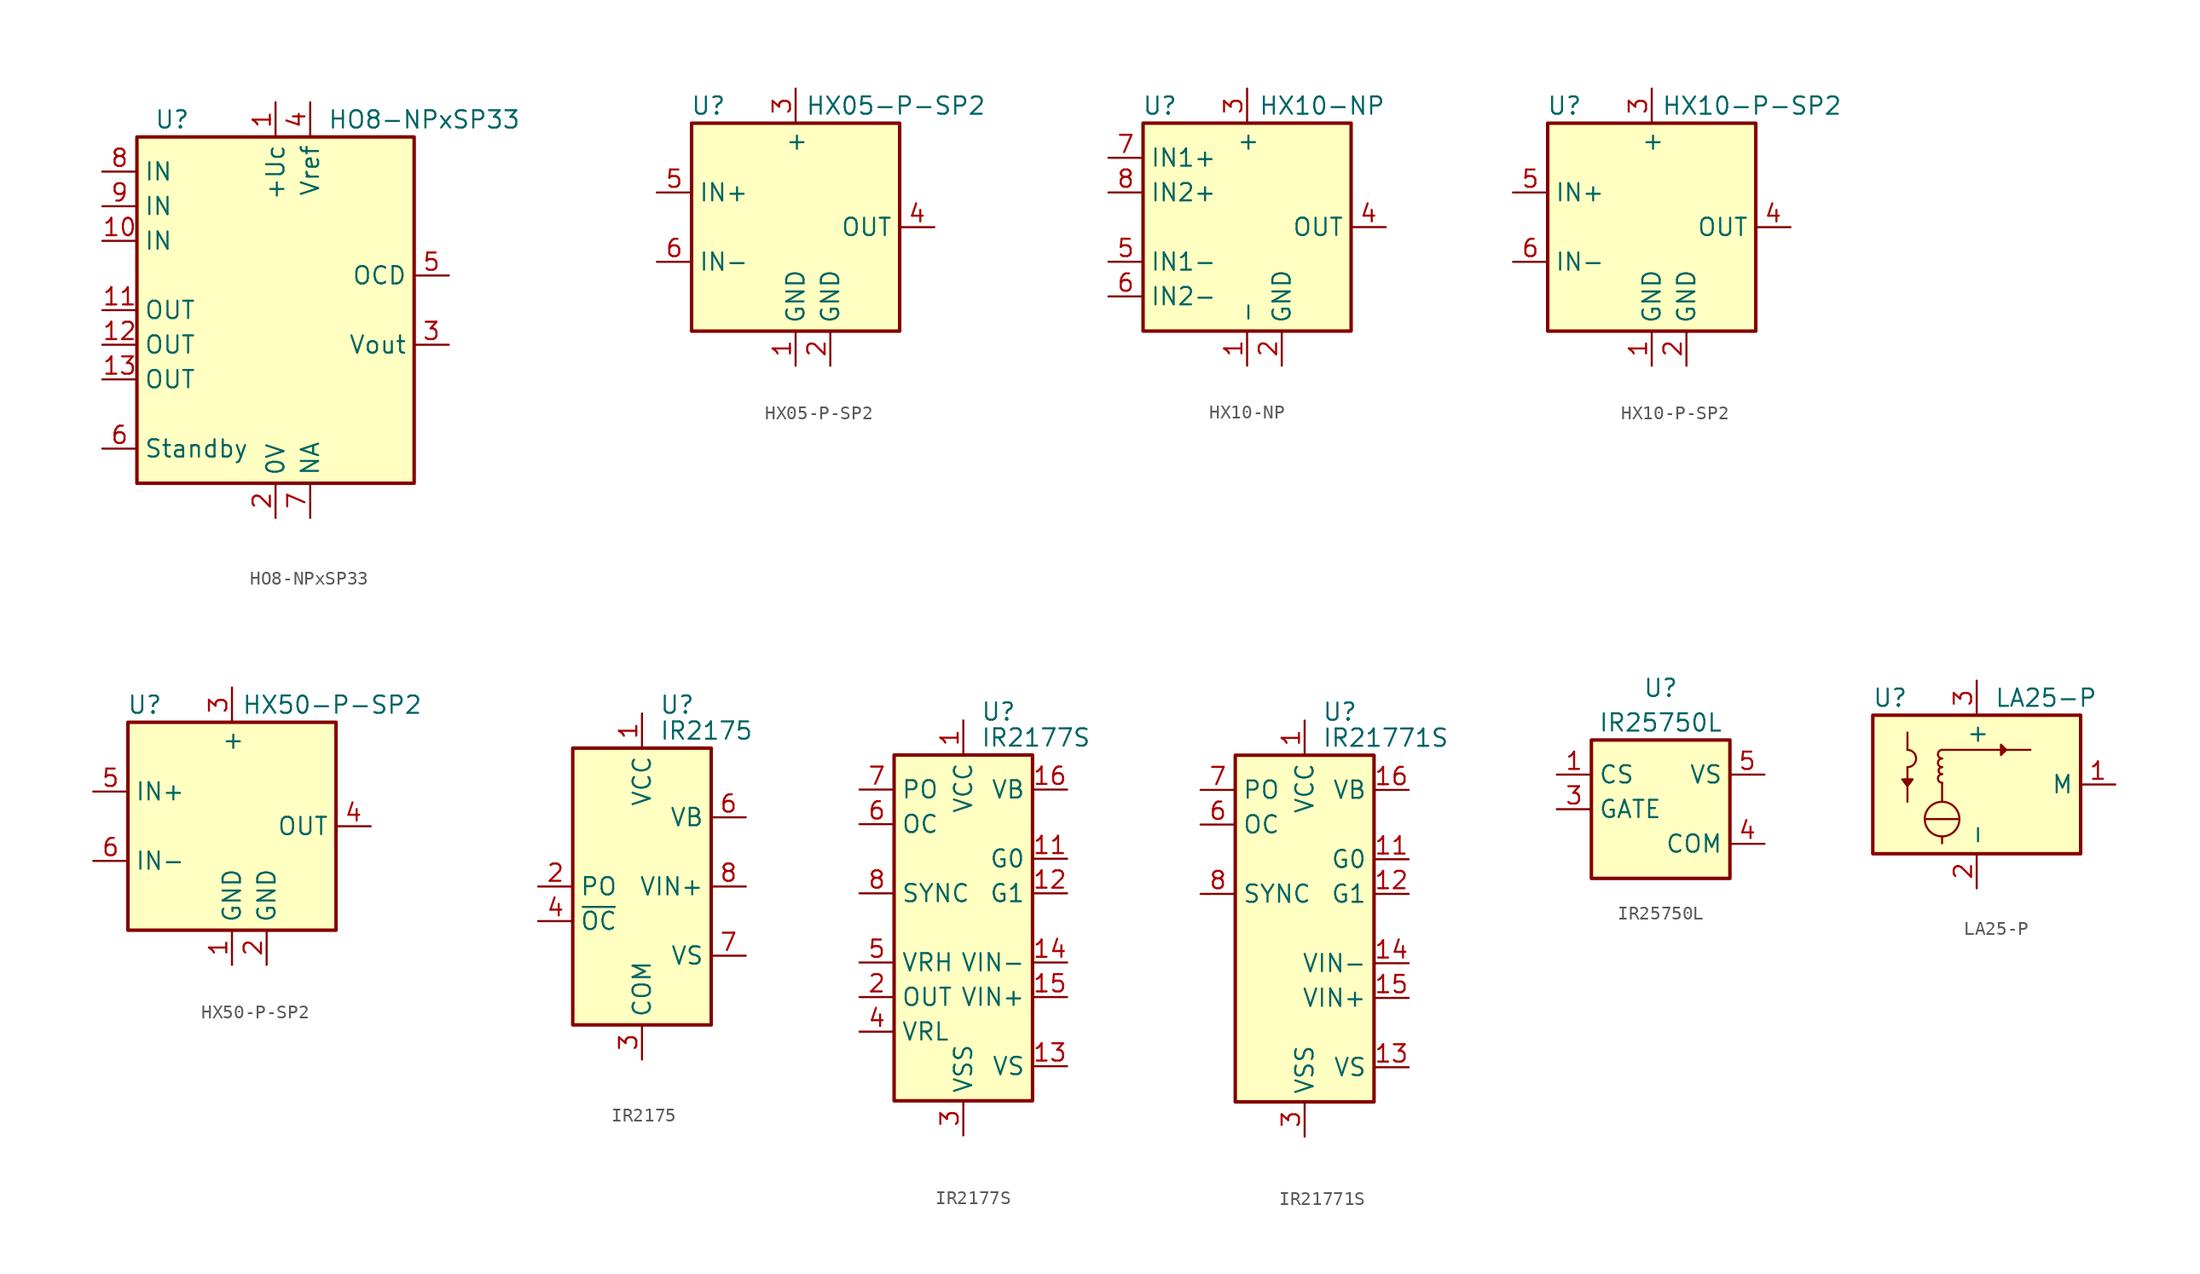
<source format=kicad_sym>
(kicad_symbol_lib
  (version 20220914)
  (generator kicad_symbol_editor)
  (symbol "HO8-NPxSP33"
    (property "Reference" "U"
      (at -8.89 13.97 0)
      (effects (font (size 1.27 1.27)) (justify left)))
    (property "Value" "HO8-NPxSP33"
      (at 3.81 13.97 0)
      (effects (font (size 1.27 1.27)) (justify left)))
    (symbol "HO8-NPxSP33_0_1"
      (rectangle (start -10.16 12.7) (end 10.16 -12.7) (stroke (width 0.254) (type default)) (fill (type background))))
    (symbol "HO8-NPxSP33_1_1"
      (pin power_in line (at 0 15.24 270) (length 2.54) (name "+Uc" (effects (font (size 1.27 1.27)))) (number "1" (effects (font (size 1.27 1.27)))))
      (pin passive line (at -12.7 5.08 0) (length 2.54) (name "IN" (effects (font (size 1.27 1.27)))) (number "10" (effects (font (size 1.27 1.27)))))
      (pin passive line (at -12.7 0 0) (length 2.54) (name "OUT" (effects (font (size 1.27 1.27)))) (number "11" (effects (font (size 1.27 1.27)))))
      (pin passive line (at -12.7 -2.54 0) (length 2.54) (name "OUT" (effects (font (size 1.27 1.27)))) (number "12" (effects (font (size 1.27 1.27)))))
      (pin passive line (at -12.7 -5.08 0) (length 2.54) (name "OUT" (effects (font (size 1.27 1.27)))) (number "13" (effects (font (size 1.27 1.27)))))
      (pin power_in line (at 0 -15.24 90) (length 2.54) (name "0V" (effects (font (size 1.27 1.27)))) (number "2" (effects (font (size 1.27 1.27)))))
      (pin output line (at 12.7 -2.54 180) (length 2.54) (name "Vout" (effects (font (size 1.27 1.27)))) (number "3" (effects (font (size 1.27 1.27)))))
      (pin passive line (at 2.54 15.24 270) (length 2.54) (name "Vref" (effects (font (size 1.27 1.27)))) (number "4" (effects (font (size 1.27 1.27)))))
      (pin open_collector line (at 12.7 2.54 180) (length 2.54) (name "OCD" (effects (font (size 1.27 1.27)))) (number "5" (effects (font (size 1.27 1.27)))))
      (pin input line (at -12.7 -10.16 0) (length 2.54) (name "Standby" (effects (font (size 1.27 1.27)))) (number "6" (effects (font (size 1.27 1.27)))))
      (pin passive line (at 2.54 -15.24 90) (length 2.54) (name "NA" (effects (font (size 1.27 1.27)))) (number "7" (effects (font (size 1.27 1.27)))))
      (pin passive line (at -12.7 10.16 0) (length 2.54) (name "IN" (effects (font (size 1.27 1.27)))) (number "8" (effects (font (size 1.27 1.27)))))
      (pin passive line (at -12.7 7.62 0) (length 2.54) (name "IN" (effects (font (size 1.27 1.27)))) (number "9" (effects (font (size 1.27 1.27)))))))
  (symbol "HX05-P-SP2"
    (property "Reference" "U"
      (at -5.08 8.89 0)
      (effects (font (size 1.27 1.27)) (justify right)))
    (property "Value" "HX05-P-SP2"
      (at 13.97 8.89 0)
      (effects (font (size 1.27 1.27)) (justify right)))
    (symbol "HX05-P-SP2_0_1"
      (rectangle (start -7.62 7.62) (end 7.62 -7.62) (stroke (width 0.254) (type default)) (fill (type background))))
    (symbol "HX05-P-SP2_1_1"
      (pin power_in line (at 0 -10.16 90) (length 2.54) (name "GND" (effects (font (size 1.27 1.27)))) (number "1" (effects (font (size 1.27 1.27)))))
      (pin power_in line (at 2.54 -10.16 90) (length 2.54) (name "GND" (effects (font (size 1.27 1.27)))) (number "2" (effects (font (size 1.27 1.27)))))
      (pin power_in line (at 0 10.16 270) (length 2.54) (name "+" (effects (font (size 1.27 1.27)))) (number "3" (effects (font (size 1.27 1.27)))))
      (pin output line (at 10.16 0 180) (length 2.54) (name "OUT" (effects (font (size 1.27 1.27)))) (number "4" (effects (font (size 1.27 1.27)))))
      (pin passive line (at -10.16 2.54 0) (length 2.54) (name "IN+" (effects (font (size 1.27 1.27)))) (number "5" (effects (font (size 1.27 1.27)))))
      (pin passive line (at -10.16 -2.54 0) (length 2.54) (name "IN-" (effects (font (size 1.27 1.27)))) (number "6" (effects (font (size 1.27 1.27)))))))
  (symbol "HX10-NP"
    (property "Reference" "U"
      (at -5.08 8.89 0)
      (effects (font (size 1.27 1.27)) (justify right)))
    (property "Value" "HX10-NP"
      (at 10.16 8.89 0)
      (effects (font (size 1.27 1.27)) (justify right)))
    (symbol "HX10-NP_0_1"
      (rectangle (start -7.62 7.62) (end 7.62 -7.62) (stroke (width 0.254) (type default)) (fill (type background))))
    (symbol "HX10-NP_1_1"
      (pin power_in line (at 0 -10.16 90) (length 2.54) (name "-" (effects (font (size 1.27 1.27)))) (number "1" (effects (font (size 1.27 1.27)))))
      (pin power_in line (at 2.54 -10.16 90) (length 2.54) (name "GND" (effects (font (size 1.27 1.27)))) (number "2" (effects (font (size 1.27 1.27)))))
      (pin power_in line (at 0 10.16 270) (length 2.54) (name "+" (effects (font (size 1.27 1.27)))) (number "3" (effects (font (size 1.27 1.27)))))
      (pin output line (at 10.16 0 180) (length 2.54) (name "OUT" (effects (font (size 1.27 1.27)))) (number "4" (effects (font (size 1.27 1.27)))))
      (pin passive line (at -10.16 -2.54 0) (length 2.54) (name "IN1-" (effects (font (size 1.27 1.27)))) (number "5" (effects (font (size 1.27 1.27)))))
      (pin passive line (at -10.16 -5.08 0) (length 2.54) (name "IN2-" (effects (font (size 1.27 1.27)))) (number "6" (effects (font (size 1.27 1.27)))))
      (pin passive line (at -10.16 5.08 0) (length 2.54) (name "IN1+" (effects (font (size 1.27 1.27)))) (number "7" (effects (font (size 1.27 1.27)))))
      (pin passive line (at -10.16 2.54 0) (length 2.54) (name "IN2+" (effects (font (size 1.27 1.27)))) (number "8" (effects (font (size 1.27 1.27)))))))
  (symbol "HX10-P-SP2"
    (property "Reference" "U"
      (at -5.08 8.89 0)
      (effects (font (size 1.27 1.27)) (justify right)))
    (property "Value" "HX10-P-SP2"
      (at 13.97 8.89 0)
      (effects (font (size 1.27 1.27)) (justify right)))
    (symbol "HX10-P-SP2_0_1"
      (rectangle (start -7.62 7.62) (end 7.62 -7.62) (stroke (width 0.254) (type default)) (fill (type background))))
    (symbol "HX10-P-SP2_1_1"
      (pin power_in line (at 0 -10.16 90) (length 2.54) (name "GND" (effects (font (size 1.27 1.27)))) (number "1" (effects (font (size 1.27 1.27)))))
      (pin power_in line (at 2.54 -10.16 90) (length 2.54) (name "GND" (effects (font (size 1.27 1.27)))) (number "2" (effects (font (size 1.27 1.27)))))
      (pin power_in line (at 0 10.16 270) (length 2.54) (name "+" (effects (font (size 1.27 1.27)))) (number "3" (effects (font (size 1.27 1.27)))))
      (pin output line (at 10.16 0 180) (length 2.54) (name "OUT" (effects (font (size 1.27 1.27)))) (number "4" (effects (font (size 1.27 1.27)))))
      (pin passive line (at -10.16 2.54 0) (length 2.54) (name "IN+" (effects (font (size 1.27 1.27)))) (number "5" (effects (font (size 1.27 1.27)))))
      (pin passive line (at -10.16 -2.54 0) (length 2.54) (name "IN-" (effects (font (size 1.27 1.27)))) (number "6" (effects (font (size 1.27 1.27)))))))
  (symbol "HX50-P-SP2"
    (property "Reference" "U"
      (at -5.08 8.89 0)
      (effects (font (size 1.27 1.27)) (justify right)))
    (property "Value" "HX50-P-SP2"
      (at 13.97 8.89 0)
      (effects (font (size 1.27 1.27)) (justify right)))
    (symbol "HX50-P-SP2_0_1"
      (rectangle (start -7.62 7.62) (end 7.62 -7.62) (stroke (width 0.254) (type default)) (fill (type background))))
    (symbol "HX50-P-SP2_1_1"
      (pin power_in line (at 0 -10.16 90) (length 2.54) (name "GND" (effects (font (size 1.27 1.27)))) (number "1" (effects (font (size 1.27 1.27)))))
      (pin power_in line (at 2.54 -10.16 90) (length 2.54) (name "GND" (effects (font (size 1.27 1.27)))) (number "2" (effects (font (size 1.27 1.27)))))
      (pin power_in line (at 0 10.16 270) (length 2.54) (name "+" (effects (font (size 1.27 1.27)))) (number "3" (effects (font (size 1.27 1.27)))))
      (pin output line (at 10.16 0 180) (length 2.54) (name "OUT" (effects (font (size 1.27 1.27)))) (number "4" (effects (font (size 1.27 1.27)))))
      (pin passive line (at -10.16 2.54 0) (length 2.54) (name "IN+" (effects (font (size 1.27 1.27)))) (number "5" (effects (font (size 1.27 1.27)))))
      (pin passive line (at -10.16 -2.54 0) (length 2.54) (name "IN-" (effects (font (size 1.27 1.27)))) (number "6" (effects (font (size 1.27 1.27)))))))
  (symbol "IR2175"
    (property "Reference" "U"
      (at 1.27 13.335 0)
      (effects (font (size 1.27 1.27)) (justify left)))
    (property "Value" "IR2175"
      (at 1.27 11.43 0)
      (effects (font (size 1.27 1.27)) (justify left)))
    (symbol "IR2175_0_1"
      (rectangle (start -5.08 -10.16) (end 5.08 10.16) (stroke (width 0.254) (type default)) (fill (type background))))
    (symbol "IR2175_1_1"
      (pin power_in line (at 0 12.7 270) (length 2.54) (name "VCC" (effects (font (size 1.27 1.27)))) (number "1" (effects (font (size 1.27 1.27)))))
      (pin output line (at -7.62 0 0) (length 2.54) (name "PO" (effects (font (size 1.27 1.27)))) (number "2" (effects (font (size 1.27 1.27)))))
      (pin power_in line (at 0 -12.7 90) (length 2.54) (name "COM" (effects (font (size 1.27 1.27)))) (number "3" (effects (font (size 1.27 1.27)))))
      (pin output line (at -7.62 -2.54 0) (length 2.54) (name "~{OC}" (effects (font (size 1.27 1.27)))) (number "4" (effects (font (size 1.27 1.27)))))
      (pin no_connect line (at -5.08 2.54 0) (length 2.54) hide (name "NC" (effects (font (size 1.27 1.27)))) (number "5" (effects (font (size 1.27 1.27)))))
      (pin passive line (at 7.62 5.08 180) (length 2.54) (name "VB" (effects (font (size 1.27 1.27)))) (number "6" (effects (font (size 1.27 1.27)))))
      (pin passive line (at 7.62 -5.08 180) (length 2.54) (name "VS" (effects (font (size 1.27 1.27)))) (number "7" (effects (font (size 1.27 1.27)))))
      (pin passive line (at 7.62 0 180) (length 2.54) (name "VIN+" (effects (font (size 1.27 1.27)))) (number "8" (effects (font (size 1.27 1.27)))))))
  (symbol "IR2177S"
    (property "Reference" "U"
      (at 1.27 15.875 0)
      (effects (font (size 1.27 1.27)) (justify left)))
    (property "Value" "IR2177S"
      (at 1.27 13.97 0)
      (effects (font (size 1.27 1.27)) (justify left)))
    (symbol "IR2177S_0_1"
      (rectangle (start -5.08 -12.7) (end 5.08 12.7) (stroke (width 0.254) (type default)) (fill (type background))))
    (symbol "IR2177S_1_1"
      (pin power_in line (at 0 15.24 270) (length 2.54) (name "VCC" (effects (font (size 1.27 1.27)))) (number "1" (effects (font (size 1.27 1.27)))))
      (pin no_connect line (at -5.08 0 0) (length 2.54) hide (name "NC" (effects (font (size 1.27 1.27)))) (number "10" (effects (font (size 1.27 1.27)))))
      (pin input line (at 7.62 5.08 180) (length 2.54) (name "G0" (effects (font (size 1.27 1.27)))) (number "11" (effects (font (size 1.27 1.27)))))
      (pin input line (at 7.62 2.54 180) (length 2.54) (name "G1" (effects (font (size 1.27 1.27)))) (number "12" (effects (font (size 1.27 1.27)))))
      (pin passive line (at 7.62 -10.16 180) (length 2.54) (name "VS" (effects (font (size 1.27 1.27)))) (number "13" (effects (font (size 1.27 1.27)))))
      (pin passive line (at 7.62 -2.54 180) (length 2.54) (name "VIN-" (effects (font (size 1.27 1.27)))) (number "14" (effects (font (size 1.27 1.27)))))
      (pin passive line (at 7.62 -5.08 180) (length 2.54) (name "VIN+" (effects (font (size 1.27 1.27)))) (number "15" (effects (font (size 1.27 1.27)))))
      (pin passive line (at 7.62 10.16 180) (length 2.54) (name "VB" (effects (font (size 1.27 1.27)))) (number "16" (effects (font (size 1.27 1.27)))))
      (pin output line (at -7.62 -5.08 0) (length 2.54) (name "OUT" (effects (font (size 1.27 1.27)))) (number "2" (effects (font (size 1.27 1.27)))))
      (pin power_in line (at 0 -15.24 90) (length 2.54) (name "VSS" (effects (font (size 1.27 1.27)))) (number "3" (effects (font (size 1.27 1.27)))))
      (pin input line (at -7.62 -7.62 0) (length 2.54) (name "VRL" (effects (font (size 1.27 1.27)))) (number "4" (effects (font (size 1.27 1.27)))))
      (pin input line (at -7.62 -2.54 0) (length 2.54) (name "VRH" (effects (font (size 1.27 1.27)))) (number "5" (effects (font (size 1.27 1.27)))))
      (pin open_collector line (at -7.62 7.62 0) (length 2.54) (name "OC" (effects (font (size 1.27 1.27)))) (number "6" (effects (font (size 1.27 1.27)))))
      (pin open_collector line (at -7.62 10.16 0) (length 2.54) (name "PO" (effects (font (size 1.27 1.27)))) (number "7" (effects (font (size 1.27 1.27)))))
      (pin input line (at -7.62 2.54 0) (length 2.54) (name "SYNC" (effects (font (size 1.27 1.27)))) (number "8" (effects (font (size 1.27 1.27)))))
      (pin no_connect line (at -5.08 5.08 0) (length 2.54) hide (name "NC" (effects (font (size 1.27 1.27)))) (number "9" (effects (font (size 1.27 1.27)))))))
  (symbol "IR21771S"
    (property "Reference" "U"
      (at 1.27 15.875 0)
      (effects (font (size 1.27 1.27)) (justify left)))
    (property "Value" "IR21771S"
      (at 1.27 13.97 0)
      (effects (font (size 1.27 1.27)) (justify left)))
    (symbol "IR21771S_0_1"
      (rectangle (start -5.08 -12.7) (end 5.08 12.7) (stroke (width 0.254) (type default)) (fill (type background))))
    (symbol "IR21771S_1_1"
      (pin power_in line (at 0 15.24 270) (length 2.54) (name "VCC" (effects (font (size 1.27 1.27)))) (number "1" (effects (font (size 1.27 1.27)))))
      (pin no_connect line (at -5.08 0 0) (length 2.54) hide (name "NC" (effects (font (size 1.27 1.27)))) (number "10" (effects (font (size 1.27 1.27)))))
      (pin input line (at 7.62 5.08 180) (length 2.54) (name "G0" (effects (font (size 1.27 1.27)))) (number "11" (effects (font (size 1.27 1.27)))))
      (pin input line (at 7.62 2.54 180) (length 2.54) (name "G1" (effects (font (size 1.27 1.27)))) (number "12" (effects (font (size 1.27 1.27)))))
      (pin passive line (at 7.62 -10.16 180) (length 2.54) (name "VS" (effects (font (size 1.27 1.27)))) (number "13" (effects (font (size 1.27 1.27)))))
      (pin passive line (at 7.62 -2.54 180) (length 2.54) (name "VIN-" (effects (font (size 1.27 1.27)))) (number "14" (effects (font (size 1.27 1.27)))))
      (pin passive line (at 7.62 -5.08 180) (length 2.54) (name "VIN+" (effects (font (size 1.27 1.27)))) (number "15" (effects (font (size 1.27 1.27)))))
      (pin passive line (at 7.62 10.16 180) (length 2.54) (name "VB" (effects (font (size 1.27 1.27)))) (number "16" (effects (font (size 1.27 1.27)))))
      (pin no_connect line (at -5.08 -5.08 0) (length 2.54) hide (name "NC" (effects (font (size 1.27 1.27)))) (number "2" (effects (font (size 1.27 1.27)))))
      (pin power_in line (at 0 -15.24 90) (length 2.54) (name "VSS" (effects (font (size 1.27 1.27)))) (number "3" (effects (font (size 1.27 1.27)))))
      (pin no_connect line (at -5.08 -7.62 0) (length 2.54) hide (name "NC" (effects (font (size 1.27 1.27)))) (number "4" (effects (font (size 1.27 1.27)))))
      (pin no_connect line (at -5.08 -2.54 0) (length 2.54) hide (name "NC" (effects (font (size 1.27 1.27)))) (number "5" (effects (font (size 1.27 1.27)))))
      (pin open_collector line (at -7.62 7.62 0) (length 2.54) (name "OC" (effects (font (size 1.27 1.27)))) (number "6" (effects (font (size 1.27 1.27)))))
      (pin open_collector line (at -7.62 10.16 0) (length 2.54) (name "PO" (effects (font (size 1.27 1.27)))) (number "7" (effects (font (size 1.27 1.27)))))
      (pin input line (at -7.62 2.54 0) (length 2.54) (name "SYNC" (effects (font (size 1.27 1.27)))) (number "8" (effects (font (size 1.27 1.27)))))
      (pin no_connect line (at -5.08 5.08 0) (length 2.54) hide (name "NC" (effects (font (size 1.27 1.27)))) (number "9" (effects (font (size 1.27 1.27)))))))
  (symbol "IR25750L"
    (property "Reference" "U"
      (at 0 8.89 0)
      (effects (font (size 1.27 1.27))))
    (property "Value" "IR25750L"
      (at 0 6.35 0)
      (effects (font (size 1.27 1.27))))
    (symbol "IR25750L_0_1"
      (rectangle (start -5.08 -5.08) (end 5.08 5.08) (stroke (width 0.254) (type default)) (fill (type background))))
    (symbol "IR25750L_1_1"
      (pin output line (at -7.62 2.54 0) (length 2.54) (name "CS" (effects (font (size 1.27 1.27)))) (number "1" (effects (font (size 1.27 1.27)))))
      (pin no_connect line (at -5.08 -2.54 0) (length 2.54) hide (name "NC" (effects (font (size 1.27 1.27)))) (number "2" (effects (font (size 1.27 1.27)))))
      (pin input line (at -7.62 0 0) (length 2.54) (name "GATE" (effects (font (size 1.27 1.27)))) (number "3" (effects (font (size 1.27 1.27)))))
      (pin power_in line (at 7.62 -2.54 180) (length 2.54) (name "COM" (effects (font (size 1.27 1.27)))) (number "4" (effects (font (size 1.27 1.27)))))
      (pin passive line (at 7.62 2.54 180) (length 2.54) (name "VS" (effects (font (size 1.27 1.27)))) (number "5" (effects (font (size 1.27 1.27)))))))
  (symbol "LA25-P"
    (property "Reference" "U"
      (at -6.35 6.35 0)
      (effects (font (size 1.27 1.27))))
    (property "Value" "LA25-P"
      (at 5.08 6.35 0)
      (effects (font (size 1.27 1.27))))
    (symbol "LA25-P_0_1"
      (arc (start -5.08 1.27) (mid -4.4477 1.905) (end -5.08 2.54) (stroke (width 0) (type default)) (fill (type none)))
      (circle (center -2.54 -2.54) (radius 1.27) (stroke (width 0) (type default)) (fill (type none)))
      (arc (start -2.54 0.762) (mid -2.8448 0.4572) (end -2.54 0.127) (stroke (width 0) (type default)) (fill (type none)))
      (arc (start -2.54 1.27) (mid -2.7929 1.016) (end -2.54 0.762) (stroke (width 0) (type default)) (fill (type none)))
      (arc (start -2.54 1.905) (mid -2.8448 1.6002) (end -2.54 1.27) (stroke (width 0) (type default)) (fill (type none)))
      (arc (start -2.54 2.54) (mid -2.8448 2.2352) (end -2.54 1.905) (stroke (width 0) (type default)) (fill (type none)))
      (polyline (pts (xy -5.08 1.27) (xy -5.08 -1.27)) (stroke (width 0) (type default)) (fill (type none)))
      (polyline (pts (xy -5.08 3.81) (xy -5.08 2.54)) (stroke (width 0) (type default)) (fill (type none)))
      (polyline (pts (xy -3.81 -2.54) (xy -1.27 -2.54)) (stroke (width 0) (type default)) (fill (type none)))
      (polyline (pts (xy -2.54 -3.81) (xy -2.54 -4.318)) (stroke (width 0) (type default)) (fill (type none)))
      (polyline (pts (xy -2.54 -1.27) (xy -2.54 0.127)) (stroke (width 0) (type default)) (fill (type none)))
      (polyline (pts (xy -2.54 2.54) (xy 3.937 2.54)) (stroke (width 0) (type default)) (fill (type none)))
      (polyline (pts (xy -5.334 0.381) (xy -4.699 0.381) (xy -5.08 -0.127) (xy -5.461 0.381)) (stroke (width 0) (type default)) (fill (type outline)))
      (polyline (pts (xy 2.159 2.54) (xy 1.778 2.921) (xy 1.778 2.159) (xy 2.159 2.54)) (stroke (width 0) (type default)) (fill (type outline)))
      (rectangle (start 7.62 -5.08) (end -7.62 5.08) (stroke (width 0.254) (type default)) (fill (type background))))
    (symbol "LA25-P_1_1"
      (pin output line (at 10.16 0 180) (length 2.54) (name "M" (effects (font (size 1.27 1.27)))) (number "1" (effects (font (size 1.27 1.27)))))
      (pin power_in line (at 0 -7.62 90) (length 2.54) (name "-" (effects (font (size 1.27 1.27)))) (number "2" (effects (font (size 1.27 1.27)))))
      (pin power_in line (at 0 7.62 270) (length 2.54) (name "+" (effects (font (size 1.27 1.27)))) (number "3" (effects (font (size 1.27 1.27))))))))
</source>
